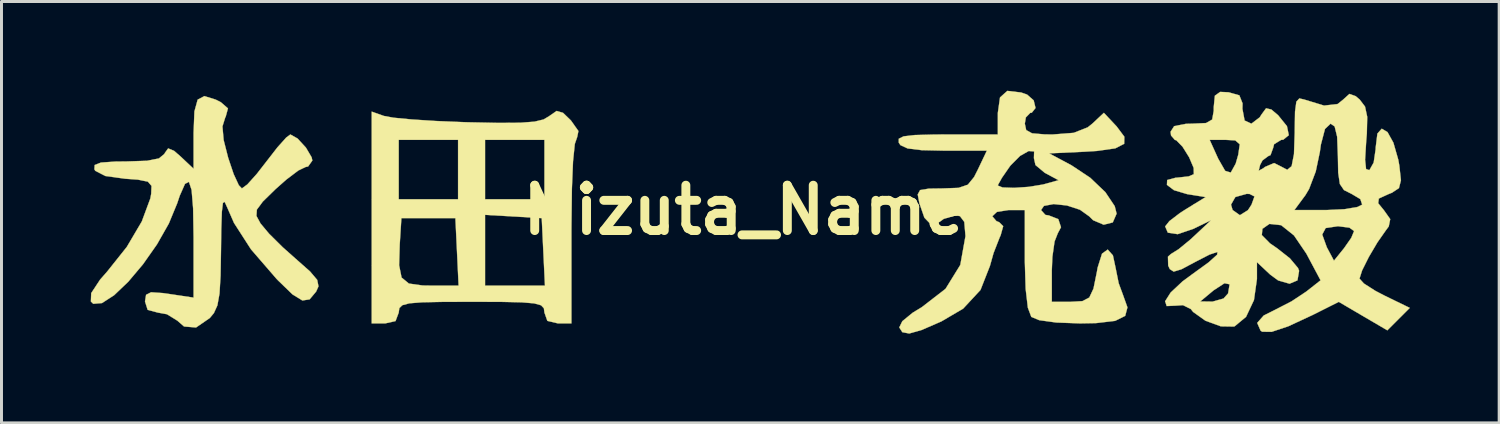
<source format=kicad_pcb>
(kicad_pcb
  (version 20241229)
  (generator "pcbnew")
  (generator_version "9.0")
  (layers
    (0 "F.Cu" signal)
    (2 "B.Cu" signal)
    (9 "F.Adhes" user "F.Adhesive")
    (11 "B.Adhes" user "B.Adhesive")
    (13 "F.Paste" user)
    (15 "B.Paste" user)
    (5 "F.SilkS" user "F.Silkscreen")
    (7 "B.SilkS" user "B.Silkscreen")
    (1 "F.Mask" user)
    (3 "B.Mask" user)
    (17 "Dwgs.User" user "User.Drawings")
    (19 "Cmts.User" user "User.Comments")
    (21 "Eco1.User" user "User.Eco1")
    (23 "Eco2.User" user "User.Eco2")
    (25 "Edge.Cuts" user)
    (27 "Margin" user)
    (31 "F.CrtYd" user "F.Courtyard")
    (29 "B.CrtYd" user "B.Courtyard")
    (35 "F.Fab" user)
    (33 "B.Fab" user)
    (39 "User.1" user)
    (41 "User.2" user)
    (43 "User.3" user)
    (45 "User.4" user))
  (footprint "Mizuta_Name"
    (layer "F.Cu")
    (at 21.963 4.01)
    (property "Reference" "Mizuta_Name" (at 0 0 0) (layer "F.SilkS") (effects (font (size 1.524 1.524) (thickness 0.3))))
    (attr through_hole)
    (fp_poly (pts (xy -6.088 -3.268) (xy -5.823 -3.012) (xy -5.571 -2.656) (xy -5.611 -2.458) (xy -5.692 -2.222) (xy -5.752 -1.638) (xy -5.79 -0.719) (xy -5.805 0.521) (xy -5.806 0.736) (xy -5.806 3.81) (xy -6.259 3.81) (xy -6.615 3.725) (xy -6.713 3.447) (xy -6.732 3.301) (xy -6.828 3.201) (xy -7.058 3.137) (xy -7.477 3.102) (xy -8.144 3.087) (xy -9.114 3.084) (xy -9.162 3.084) (xy -10.146 3.087) (xy -10.824 3.101) (xy -11.253 3.135) (xy -11.489 3.198) (xy -11.59 3.296) (xy -11.611 3.44) (xy -11.611 3.447) (xy -11.718 3.732) (xy -12.065 3.81) (xy -12.519 3.81) (xy -12.519 1.855) (xy -11.598 1.855) (xy -11.515 2.269) (xy -11.27 2.471) (xy -10.806 2.536) (xy -10.52 2.54) (xy -9.598 2.54) (xy -8.709 2.54) (xy -6.696 2.54) (xy -6.75 1.406) (xy -6.804 0.272) (xy -8.709 0.162) (xy -8.709 2.54) (xy -9.598 2.54) (xy -9.652 1.406) (xy -9.706 0.272) (xy -11.521 0.272) (xy -11.577 1.156) (xy -11.598 1.855) (xy -12.519 1.855) (xy -12.519 -2.359) (xy -11.611 -2.359) (xy -11.611 -0.363) (xy -9.616 -0.363) (xy -9.616 -2.359) (xy -8.709 -2.359) (xy -8.709 -0.363) (xy -6.713 -0.363) (xy -6.713 -2.359) (xy -8.709 -2.359) (xy -9.616 -2.359) (xy -11.611 -2.359) (xy -12.519 -2.359) (xy -12.519 -3.308) (xy -12.11 -3.163) (xy -11.781 -3.103) (xy -11.171 -3.045) (xy -10.363 -2.993) (xy -9.438 -2.955) (xy -9.278 -2.95) (xy -8.255 -2.929) (xy -7.532 -2.934) (xy -7.048 -2.971) (xy -6.74 -3.045) (xy -6.548 -3.16) (xy -6.543 -3.165) (xy -6.303 -3.331) (xy -6.088 -3.268)) (stroke (width 0.01) (type solid)) (fill yes) (layer "F.SilkS"))
    (fp_poly (pts (xy -17.763 -3.712) (xy -17.588 -3.623) (xy -17.351 -3.417) (xy -17.427 -3.137) (xy -17.442 -3.113) (xy -17.536 -2.81) (xy -17.496 -2.354) (xy -17.344 -1.757) (xy -17.159 -1.208) (xy -16.986 -0.834) (xy -16.883 -0.726) (xy -16.699 -0.861) (xy -16.382 -1.214) (xy -16.056 -1.633) (xy -15.687 -2.108) (xy -15.393 -2.436) (xy -15.253 -2.54) (xy -15.011 -2.404) (xy -14.73 -2.098) (xy -14.538 -1.772) (xy -14.514 -1.664) (xy -14.657 -1.464) (xy -14.741 -1.447) (xy -14.987 -1.328) (xy -15.39 -1.023) (xy -15.749 -0.705) (xy -16.179 -0.285) (xy -16.38 -0.014) (xy -16.393 0.199) (xy -16.258 0.449) (xy -16.255 0.453) (xy -15.97 0.794) (xy -15.51 1.25) (xy -15.076 1.636) (xy -14.592 2.064) (xy -14.351 2.348) (xy -14.308 2.564) (xy -14.387 2.741) (xy -14.606 3.002) (xy -14.849 3.04) (xy -15.181 2.836) (xy -15.665 2.368) (xy -15.718 2.313) (xy -16.576 1.321) (xy -17.148 0.433) (xy -17.377 -0.091) (xy -17.462 -0.276) (xy -17.52 -0.239) (xy -17.556 0.058) (xy -17.576 0.652) (xy -17.584 1.315) (xy -17.599 2.206) (xy -17.635 2.81) (xy -17.706 3.204) (xy -17.824 3.464) (xy -17.961 3.629) (xy -18.424 3.948) (xy -18.827 3.914) (xy -19.05 3.719) (xy -19.402 3.502) (xy -19.707 3.447) (xy -20.05 3.355) (xy -20.139 3.073) (xy -20.103 2.849) (xy -19.935 2.764) (xy -19.539 2.791) (xy -19.322 2.822) (xy -18.506 2.944) (xy -18.506 0.917) (xy -18.522 -0.057) (xy -18.573 -0.676) (xy -18.663 -0.948) (xy -18.795 -0.88) (xy -18.972 -0.48) (xy -19.058 -0.224) (xy -19.338 0.453) (xy -19.736 1.153) (xy -20.207 1.823) (xy -20.702 2.41) (xy -21.177 2.863) (xy -21.585 3.127) (xy -21.879 3.151) (xy -21.958 3.075) (xy -21.947 2.792) (xy -21.649 2.34) (xy -21.41 2.067) (xy -20.751 1.24) (xy -20.247 0.385) (xy -19.96 -0.389) (xy -19.931 -0.545) (xy -19.92 -0.812) (xy -20.042 -0.954) (xy -20.381 -1.022) (xy -20.803 -1.052) (xy -21.471 -1.144) (xy -21.811 -1.319) (xy -21.84 -1.37) (xy -21.831 -1.514) (xy -21.619 -1.596) (xy -21.143 -1.629) (xy -20.762 -1.633) (xy -20.072 -1.656) (xy -19.671 -1.735) (xy -19.487 -1.887) (xy -19.475 -1.915) (xy -19.361 -2.072) (xy -19.163 -1.991) (xy -18.936 -1.793) (xy -18.506 -1.388) (xy -18.506 -2.599) (xy -18.478 -3.315) (xy -18.369 -3.711) (xy -18.143 -3.83) (xy -17.763 -3.712)) (stroke (width 0.01) (type solid)) (fill yes) (layer "F.SilkS"))
    (fp_poly (pts (xy 9.31 -3.951) (xy 9.51 -3.881) (xy 9.732 -3.686) (xy 9.794 -3.43) (xy 9.668 -3.272) (xy 9.616 -3.266) (xy 9.468 -3.114) (xy 9.434 -2.903) (xy 9.48 -2.688) (xy 9.677 -2.579) (xy 10.112 -2.542) (xy 10.375 -2.54) (xy 11.078 -2.595) (xy 11.548 -2.78) (xy 11.703 -2.904) (xy 12.091 -3.268) (xy 12.52 -2.811) (xy 12.779 -2.465) (xy 12.774 -2.227) (xy 12.476 -2.074) (xy 11.858 -1.986) (xy 11.43 -1.96) (xy 10.251 -1.905) (xy 11.005 -1.502) (xy 11.63 -1.087) (xy 12.141 -0.601) (xy 12.456 -0.13) (xy 12.519 0.121) (xy 12.39 0.416) (xy 12.085 0.493) (xy 11.73 0.342) (xy 11.599 0.212) (xy 11.288 -0.01) (xy 10.85 -0.153) (xy 10.405 -0.201) (xy 10.077 -0.14) (xy 9.979 0) (xy 10.125 0.163) (xy 10.24 0.181) (xy 10.559 0.305) (xy 10.65 0.578) (xy 10.543 0.778) (xy 10.433 1.059) (xy 10.36 1.575) (xy 10.341 2.032) (xy 10.341 3.084) (xy 10.982 3.084) (xy 11.369 3.062) (xy 11.601 2.941) (xy 11.742 2.64) (xy 11.857 2.076) (xy 11.88 1.939) (xy 12.029 1.466) (xy 12.221 1.328) (xy 12.395 1.524) (xy 12.48 1.919) (xy 12.589 2.461) (xy 12.731 2.845) (xy 12.883 3.272) (xy 12.808 3.557) (xy 12.469 3.725) (xy 11.83 3.8) (xy 11.291 3.81) (xy 10.491 3.781) (xy 9.918 3.702) (xy 9.652 3.592) (xy 9.536 3.282) (xy 9.462 2.651) (xy 9.434 1.736) (xy 9.434 1.687) (xy 9.434 0) (xy 8.89 0) (xy 8.495 0.063) (xy 8.341 0.209) (xy 8.479 0.371) (xy 8.572 0.409) (xy 8.707 0.542) (xy 8.622 0.847) (xy 8.587 0.923) (xy 8.382 1.449) (xy 8.261 1.879) (xy 7.944 2.686) (xy 7.361 3.314) (xy 6.63 3.743) (xy 5.965 4.032) (xy 5.549 4.15) (xy 5.317 4.106) (xy 5.214 3.946) (xy 5.316 3.737) (xy 5.665 3.451) (xy 5.97 3.266) (xy 6.769 2.648) (xy 7.265 1.845) (xy 7.438 0.883) (xy 7.438 0.862) (xy 7.399 0.398) (xy 7.254 0.205) (xy 7.112 0.181) (xy 6.71 0.296) (xy 6.568 0.399) (xy 6.296 0.504) (xy 6.058 0.257) (xy 5.89 -0.227) (xy 5.834 -0.524) (xy 5.914 -0.671) (xy 6.21 -0.72) (xy 6.66 -0.726) (xy 7.206 -0.746) (xy 7.437 -0.824) (xy 8.527 -0.824) (xy 8.685 -0.759) (xy 9.075 -0.746) (xy 9.57 -0.78) (xy 10.043 -0.858) (xy 10.137 -0.883) (xy 10.568 -1.003) (xy 10.106 -1.25) (xy 9.792 -1.512) (xy 9.74 -1.746) (xy 9.747 -1.97) (xy 9.564 -1.984) (xy 9.273 -1.819) (xy 8.958 -1.503) (xy 8.924 -1.459) (xy 8.664 -1.083) (xy 8.531 -0.844) (xy 8.527 -0.824) (xy 7.437 -0.824) (xy 7.519 -0.852) (xy 7.73 -1.112) (xy 7.856 -1.361) (xy 8.158 -1.996) (xy 6.729 -1.996) (xy 5.963 -2.013) (xy 5.493 -2.071) (xy 5.253 -2.182) (xy 5.196 -2.268) (xy 5.197 -2.396) (xy 5.359 -2.477) (xy 5.739 -2.521) (xy 6.396 -2.538) (xy 6.809 -2.54) (xy 8.527 -2.54) (xy 8.527 -3.266) (xy 8.6 -3.785) (xy 8.846 -4.005) (xy 9.31 -3.951)) (stroke (width 0.01) (type solid)) (fill yes) (layer "F.SilkS"))
    (fp_poly (pts (xy 16.283 -3.958) (xy 16.645 -3.856) (xy 16.753 -3.585) (xy 16.748 -3.402) (xy 16.822 -3.008) (xy 17.049 -2.903) (xy 17.329 -3.116) (xy 17.393 -3.217) (xy 17.543 -3.42) (xy 17.721 -3.379) (xy 17.947 -3.188) (xy 18.245 -2.819) (xy 18.307 -2.516) (xy 18.12 -2.364) (xy 18.052 -2.359) (xy 17.812 -2.213) (xy 17.78 -2.086) (xy 17.692 -1.845) (xy 17.618 -1.814) (xy 17.423 -1.669) (xy 17.342 -1.516) (xy 17.295 -1.321) (xy 17.45 -1.404) (xy 17.504 -1.448) (xy 17.814 -1.58) (xy 18.023 -1.475) (xy 18.255 -1.353) (xy 18.402 -1.475) (xy 18.481 -1.879) (xy 18.506 -2.602) (xy 18.506 -2.68) (xy 18.516 -3.308) (xy 18.561 -3.642) (xy 18.662 -3.752) (xy 18.823 -3.715) (xy 19.493 -3.511) (xy 19.949 -3.564) (xy 20.13 -3.709) (xy 20.344 -3.903) (xy 20.555 -3.828) (xy 20.691 -3.712) (xy 20.869 -3.478) (xy 20.943 -3.132) (xy 20.93 -2.569) (xy 20.909 -2.319) (xy 20.871 -1.691) (xy 20.904 -1.378) (xy 21.013 -1.341) (xy 21.018 -1.344) (xy 21.16 -1.597) (xy 21.226 -2.044) (xy 21.227 -2.097) (xy 21.285 -2.57) (xy 21.431 -2.734) (xy 21.624 -2.621) (xy 21.823 -2.263) (xy 21.987 -1.691) (xy 22.022 -1.493) (xy 22.076 -0.999) (xy 22.009 -0.737) (xy 21.775 -0.582) (xy 21.659 -0.536) (xy 21.333 -0.387) (xy 21.312 -0.229) (xy 21.503 0.005) (xy 21.716 0.305) (xy 21.667 0.55) (xy 21.571 0.68) (xy 21.287 1.085) (xy 20.997 1.577) (xy 20.772 2.027) (xy 20.683 2.305) (xy 20.832 2.47) (xy 21.215 2.715) (xy 21.528 2.878) (xy 22.373 3.289) (xy 21.619 4.043) (xy 20.803 3.565) (xy 19.987 3.086) (xy 19.11 3.526) (xy 18.286 3.909) (xy 17.73 4.094) (xy 17.412 4.09) (xy 17.359 4.054) (xy 17.245 3.794) (xy 17.464 3.545) (xy 17.825 3.364) (xy 18.399 3.069) (xy 18.895 2.74) (xy 19.375 2.362) (xy 18.898 1.466) (xy 18.48 0.852) (xy 18.444 0.823) (xy 19.43 0.823) (xy 19.584 1.25) (xy 19.619 1.316) (xy 19.825 1.702) (xy 20.163 1.284) (xy 20.407 0.934) (xy 20.501 0.706) (xy 20.344 0.592) (xy 19.964 0.544) (xy 19.957 0.544) (xy 19.547 0.605) (xy 19.43 0.823) (xy 18.444 0.823) (xy 18.05 0.509) (xy 17.655 0.466) (xy 17.42 0.631) (xy 17.4 0.842) (xy 17.675 1.12) (xy 17.916 1.286) (xy 18.345 1.624) (xy 18.616 1.948) (xy 18.653 2.042) (xy 18.598 2.364) (xy 18.332 2.476) (xy 17.949 2.366) (xy 17.68 2.168) (xy 17.236 1.751) (xy 17.236 2.318) (xy 17.136 3.026) (xy 16.87 3.59) (xy 16.488 3.907) (xy 16.461 3.916) (xy 16.023 3.909) (xy 15.506 3.721) (xy 15.091 3.425) (xy 15.014 3.328) (xy 14.75 3.197) (xy 14.515 3.213) (xy 14.202 3.227) (xy 14.152 3.072) (xy 15.331 3.072) (xy 15.745 3.078) (xy 16.113 2.974) (xy 16.266 2.804) (xy 16.317 2.496) (xy 16.146 2.46) (xy 15.777 2.7) (xy 15.765 2.711) (xy 15.331 3.072) (xy 14.152 3.072) (xy 14.15 3.065) (xy 14.335 2.774) (xy 14.733 2.4) (xy 15.058 2.16) (xy 15.614 1.757) (xy 15.899 1.5) (xy 15.908 1.408) (xy 15.637 1.499) (xy 15.17 1.74) (xy 14.695 1.992) (xy 14.438 2.07) (xy 14.307 1.985) (xy 14.253 1.867) (xy 14.245 1.567) (xy 14.345 1.478) (xy 14.604 1.316) (xy 14.991 0.998) (xy 15.126 0.874) (xy 15.694 0.342) (xy 15.099 0.632) (xy 14.572 0.811) (xy 14.241 0.76) (xy 14.151 0.551) (xy 14.293 0.372) (xy 14.648 0.1) (xy 14.832 -0.018) (xy 15.097 -0.181) (xy 16.364 -0.181) (xy 16.419 0) (xy 16.663 0.173) (xy 16.935 0.003) (xy 16.937 0) (xy 18.495 0) (xy 19.578 0) (xy 20.174 -0.028) (xy 20.612 -0.102) (xy 20.774 -0.182) (xy 20.711 -0.368) (xy 20.422 -0.54) (xy 20.162 -0.671) (xy 20.023 -0.876) (xy 19.967 -1.258) (xy 19.957 -1.81) (xy 19.932 -2.464) (xy 19.848 -2.81) (xy 19.71 -2.903) (xy 19.523 -2.725) (xy 19.385 -2.198) (xy 19.351 -1.955) (xy 19.213 -1.297) (xy 18.989 -0.709) (xy 18.867 -0.503) (xy 18.495 0) (xy 16.937 0) (xy 17.054 -0.181) (xy 17.153 -0.457) (xy 16.988 -0.541) (xy 16.89 -0.544) (xy 16.51 -0.438) (xy 16.364 -0.181) (xy 15.097 -0.181) (xy 15.512 -0.436) (xy 14.892 -0.535) (xy 14.448 -0.667) (xy 14.211 -0.846) (xy 14.219 -1.009) (xy 14.511 -1.088) (xy 14.56 -1.089) (xy 14.944 -1.132) (xy 15.114 -1.205) (xy 15.109 -1.417) (xy 14.957 -1.773) (xy 14.736 -2.128) (xy 14.527 -2.343) (xy 14.475 -2.359) (xy 15.647 -2.359) (xy 15.934 -1.725) (xy 16.168 -1.317) (xy 16.356 -1.26) (xy 16.522 -1.56) (xy 16.608 -1.86) (xy 16.659 -2.21) (xy 16.508 -2.341) (xy 16.189 -2.359) (xy 15.647 -2.359) (xy 14.475 -2.359) (xy 14.349 -2.506) (xy 14.333 -2.631) (xy 14.453 -2.82) (xy 14.85 -2.898) (xy 15.059 -2.903) (xy 15.524 -2.924) (xy 15.731 -3.041) (xy 15.783 -3.333) (xy 15.784 -3.459) (xy 15.822 -3.844) (xy 16.001 -3.971) (xy 16.283 -3.958)) (stroke (width 0.01) (type solid)) (fill yes) (layer "F.SilkS")))
  (gr_rect
    (start -3 -3)
    (end 47.341 11.165)
    (stroke (width 0.1) (type default))
    (fill no)
    (layer "Edge.Cuts")))
</source>
